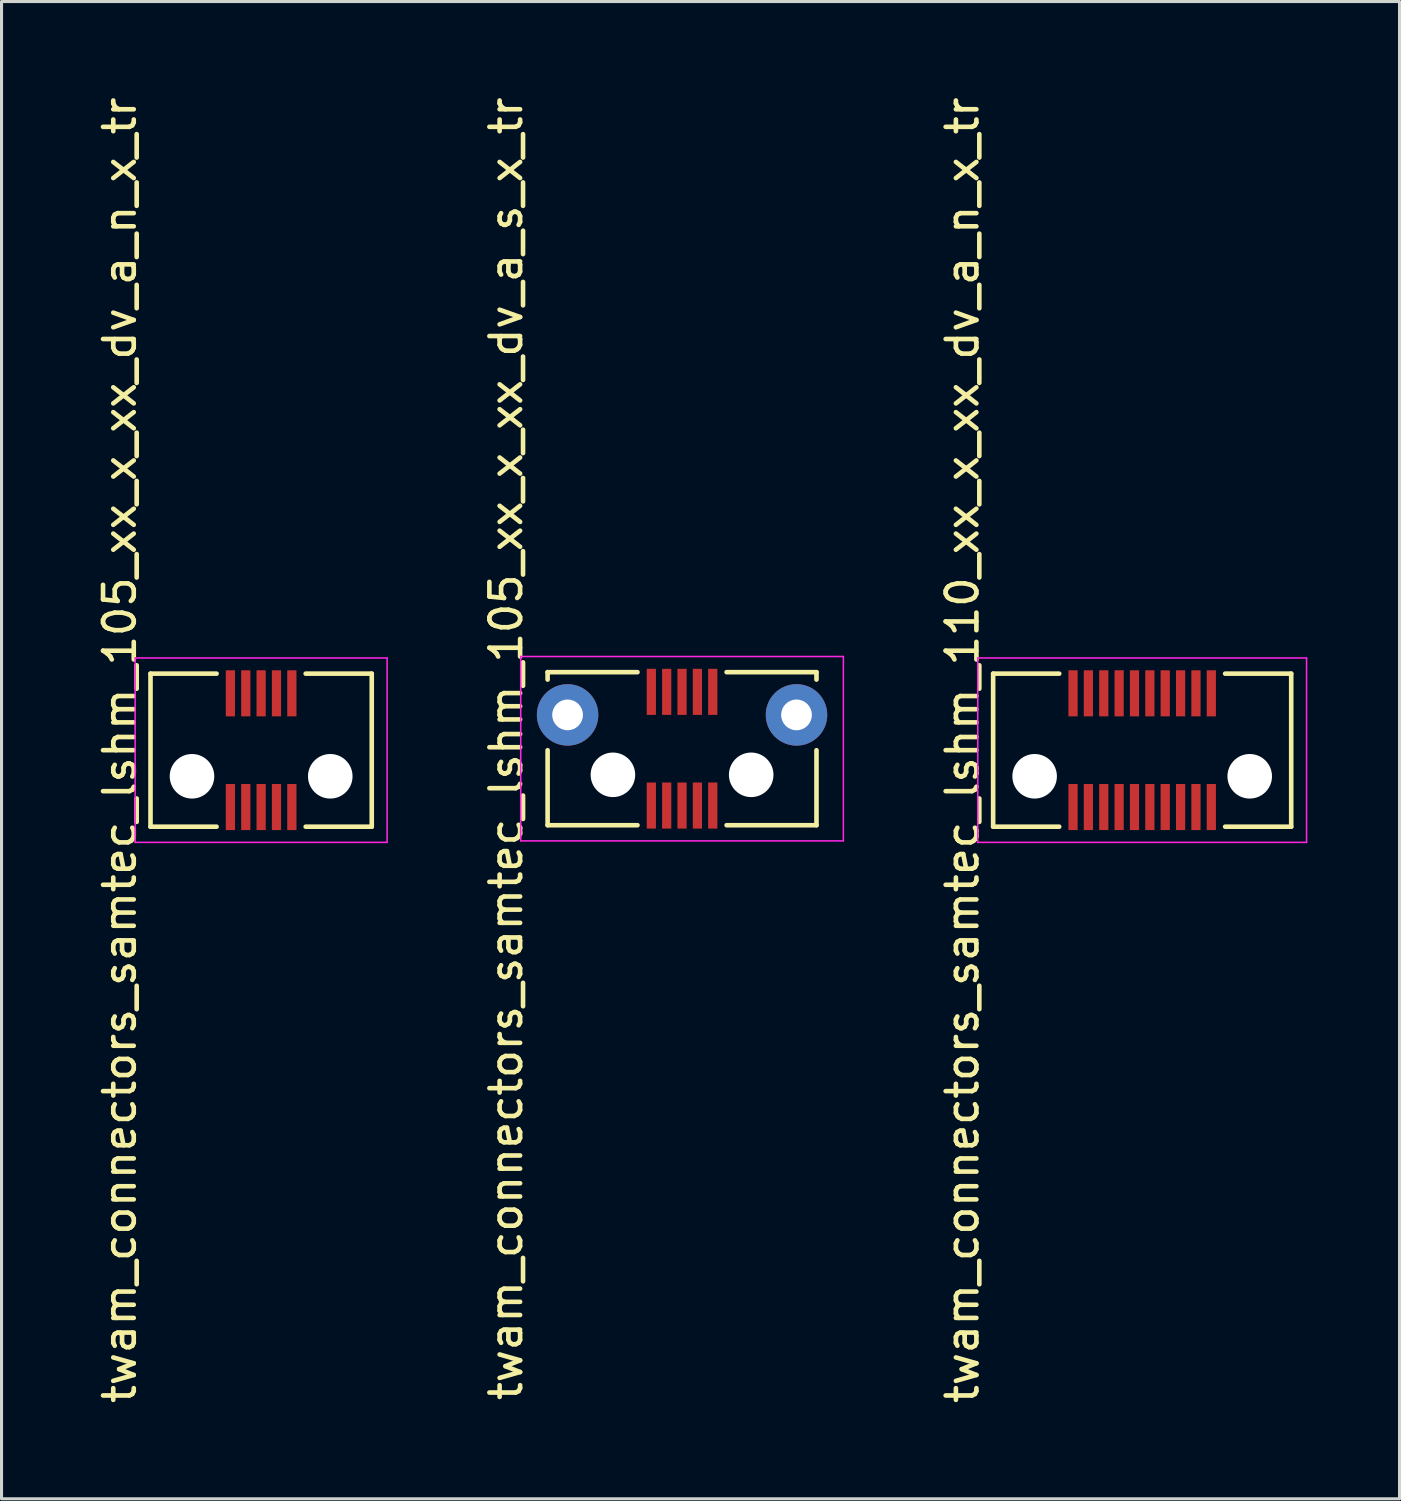
<source format=kicad_pcb>
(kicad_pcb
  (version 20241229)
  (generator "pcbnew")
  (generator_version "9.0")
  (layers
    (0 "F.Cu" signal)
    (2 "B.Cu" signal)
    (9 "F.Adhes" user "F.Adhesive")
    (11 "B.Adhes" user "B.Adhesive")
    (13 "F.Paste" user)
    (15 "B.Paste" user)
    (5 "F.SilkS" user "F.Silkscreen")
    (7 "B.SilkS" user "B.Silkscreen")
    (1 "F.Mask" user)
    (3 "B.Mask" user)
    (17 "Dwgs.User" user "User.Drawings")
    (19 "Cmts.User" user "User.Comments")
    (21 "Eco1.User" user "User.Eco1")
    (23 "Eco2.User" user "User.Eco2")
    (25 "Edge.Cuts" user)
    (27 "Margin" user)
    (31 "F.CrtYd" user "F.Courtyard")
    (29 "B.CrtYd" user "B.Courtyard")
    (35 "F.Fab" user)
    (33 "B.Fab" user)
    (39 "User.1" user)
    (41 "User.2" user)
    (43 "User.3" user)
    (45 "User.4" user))
  (footprint "twam_connectors_samtec_lshm_105_xx_x_xx_dv_a_n_x_tr"
    (layer "F.Cu")
    (at 5.448 21.363)
    (property "Reference" "twam_connectors_samtec_lshm_105_xx_x_xx_dv_a_n_x_tr" (at -4.6 0 270) (layer "F.SilkS") (effects (font (size 1 1) (thickness 0.15))))
    (attr smd)
    (fp_line (start -3.6 -2.49) (end -3.6 2.49) (stroke (width 0.15) (type solid)) (layer "F.SilkS"))
    (fp_line (start -3.6 -2.49) (end -1.45 -2.49) (stroke (width 0.15) (type solid)) (layer "F.SilkS"))
    (fp_line (start -3.6 2.49) (end -1.45 2.49) (stroke (width 0.15) (type solid)) (layer "F.SilkS"))
    (fp_line (start 1.45 -2.49) (end 3.6 -2.49) (stroke (width 0.15) (type solid)) (layer "F.SilkS"))
    (fp_line (start 1.45 2.49) (end 3.6 2.49) (stroke (width 0.15) (type solid)) (layer "F.SilkS"))
    (fp_line (start 3.6 -2.49) (end 3.6 2.49) (stroke (width 0.15) (type solid)) (layer "F.SilkS"))
    (fp_line (start -4.1 -3) (end -4.1 3) (stroke (width 0.05) (type solid)) (layer "F.CrtYd"))
    (fp_line (start -4.1 -3) (end 4.1 -3) (stroke (width 0.05) (type solid)) (layer "F.CrtYd"))
    (fp_line (start -4.1 3) (end 4.1 3) (stroke (width 0.05) (type solid)) (layer "F.CrtYd"))
    (fp_line (start 4.1 -3) (end 4.1 3) (stroke (width 0.05) (type solid)) (layer "F.CrtYd"))
    (pad "" np_thru_hole circle (at -2.25 0.85) (size 1.45 1.45) (drill 1.45) (layers "*.Cu" "*.Mask"))
    (pad "" np_thru_hole circle (at 2.25 0.85) (size 1.45 1.45) (drill 1.45) (layers "*.Cu" "*.Mask"))
    (pad "1" smd rect (at 1 1.85) (size 0.3 1.5) (layers "F.Cu" "F.Mask" "F.Paste"))
    (pad "2" smd rect (at 1 -1.85) (size 0.3 1.5) (layers "F.Cu" "F.Mask" "F.Paste"))
    (pad "3" smd rect (at 0.5 1.85) (size 0.3 1.5) (layers "F.Cu" "F.Mask" "F.Paste"))
    (pad "4" smd rect (at 0.5 -1.85) (size 0.3 1.5) (layers "F.Cu" "F.Mask" "F.Paste"))
    (pad "5" smd rect (at 0 1.85) (size 0.3 1.5) (layers "F.Cu" "F.Mask" "F.Paste"))
    (pad "6" smd rect (at 0 -1.85) (size 0.3 1.5) (layers "F.Cu" "F.Mask" "F.Paste"))
    (pad "7" smd rect (at -0.5 1.85) (size 0.3 1.5) (layers "F.Cu" "F.Mask" "F.Paste"))
    (pad "8" smd rect (at -0.5 -1.85) (size 0.3 1.5) (layers "F.Cu" "F.Mask" "F.Paste"))
    (pad "9" smd rect (at -1 1.85) (size 0.3 1.5) (layers "F.Cu" "F.Mask" "F.Paste"))
    (pad "10" smd rect (at -1 -1.85) (size 0.3 1.5) (layers "F.Cu" "F.Mask" "F.Paste")))
  (footprint "twam_connectors_samtec_lshm_105_xx_x_xx_dv_a_s_x_tr"
    (layer "F.Cu")
    (at 19.146 21.315)
    (property "Reference" "twam_connectors_samtec_lshm_105_xx_x_xx_dv_a_s_x_tr" (at -5.725 0 270) (layer "F.SilkS") (effects (font (size 1 1) (thickness 0.15))))
    (attr smd)
    (fp_line (start -4.375 -2.49) (end -4.375 -2.25) (stroke (width 0.15) (type solid)) (layer "F.SilkS"))
    (fp_line (start -4.375 -2.49) (end -1.45 -2.49) (stroke (width 0.15) (type solid)) (layer "F.SilkS"))
    (fp_line (start -4.375 0.05) (end -4.375 2.49) (stroke (width 0.15) (type solid)) (layer "F.SilkS"))
    (fp_line (start -4.375 2.49) (end -1.45 2.49) (stroke (width 0.15) (type solid)) (layer "F.SilkS"))
    (fp_line (start 1.45 -2.49) (end 4.375 -2.49) (stroke (width 0.15) (type solid)) (layer "F.SilkS"))
    (fp_line (start 1.45 2.49) (end 4.375 2.49) (stroke (width 0.15) (type solid)) (layer "F.SilkS"))
    (fp_line (start 4.375 -2.49) (end 4.375 -2.25) (stroke (width 0.15) (type solid)) (layer "F.SilkS"))
    (fp_line (start 4.375 0.05) (end 4.375 2.49) (stroke (width 0.15) (type solid)) (layer "F.SilkS"))
    (fp_line (start -5.25 -3) (end -5.25 3) (stroke (width 0.05) (type solid)) (layer "F.CrtYd"))
    (fp_line (start -5.25 -3) (end 5.25 -3) (stroke (width 0.05) (type solid)) (layer "F.CrtYd"))
    (fp_line (start -5.25 3) (end 5.25 3) (stroke (width 0.05) (type solid)) (layer "F.CrtYd"))
    (fp_line (start 5.25 -3) (end 5.25 3) (stroke (width 0.05) (type solid)) (layer "F.CrtYd"))
    (pad "" np_thru_hole circle (at -2.25 0.85) (size 1.45 1.45) (drill 1.45) (layers "*.Cu" "*.Mask"))
    (pad "" np_thru_hole circle (at 2.25 0.85) (size 1.45 1.45) (drill 1.45) (layers "*.Cu" "*.Mask"))
    (pad "1" smd rect (at 1 1.85) (size 0.3 1.5) (layers "F.Cu" "F.Mask" "F.Paste"))
    (pad "2" smd rect (at 1 -1.85) (size 0.3 1.5) (layers "F.Cu" "F.Mask" "F.Paste"))
    (pad "3" smd rect (at 0.5 1.85) (size 0.3 1.5) (layers "F.Cu" "F.Mask" "F.Paste"))
    (pad "4" smd rect (at 0.5 -1.85) (size 0.3 1.5) (layers "F.Cu" "F.Mask" "F.Paste"))
    (pad "5" smd rect (at 0 1.85) (size 0.3 1.5) (layers "F.Cu" "F.Mask" "F.Paste"))
    (pad "6" smd rect (at 0 -1.85) (size 0.3 1.5) (layers "F.Cu" "F.Mask" "F.Paste"))
    (pad "7" smd rect (at -0.5 1.85) (size 0.3 1.5) (layers "F.Cu" "F.Mask" "F.Paste"))
    (pad "8" smd rect (at -0.5 -1.85) (size 0.3 1.5) (layers "F.Cu" "F.Mask" "F.Paste"))
    (pad "9" smd rect (at -1 1.85) (size 0.3 1.5) (layers "F.Cu" "F.Mask" "F.Paste"))
    (pad "10" smd rect (at -1 -1.85) (size 0.3 1.5) (layers "F.Cu" "F.Mask" "F.Paste"))
    (pad "F1" thru_hole circle (at -3.725 -1.1) (size 2 2) (drill 1) (layers "*.Cu" "*.Mask"))
    (pad "F2" thru_hole circle (at 3.725 -1.1) (size 2 2) (drill 1) (layers "*.Cu" "*.Mask")))
  (footprint "twam_connectors_samtec_lshm_110_xx_x_xx_dv_a_n_x_tr"
    (layer "F.Cu")
    (at 34.12 21.363)
    (property "Reference" "twam_connectors_samtec_lshm_110_xx_x_xx_dv_a_n_x_tr" (at -5.85 0 270) (layer "F.SilkS") (effects (font (size 1 1) (thickness 0.15))))
    (attr smd)
    (fp_line (start -4.85 -2.49) (end -4.85 2.49) (stroke (width 0.15) (type solid)) (layer "F.SilkS"))
    (fp_line (start -4.85 -2.49) (end -2.7 -2.49) (stroke (width 0.15) (type solid)) (layer "F.SilkS"))
    (fp_line (start -4.85 2.49) (end -2.7 2.49) (stroke (width 0.15) (type solid)) (layer "F.SilkS"))
    (fp_line (start 2.7 -2.49) (end 4.85 -2.49) (stroke (width 0.15) (type solid)) (layer "F.SilkS"))
    (fp_line (start 2.7 2.49) (end 4.85 2.49) (stroke (width 0.15) (type solid)) (layer "F.SilkS"))
    (fp_line (start 4.85 -2.49) (end 4.85 2.49) (stroke (width 0.15) (type solid)) (layer "F.SilkS"))
    (fp_line (start -5.35 -3) (end -5.35 3) (stroke (width 0.05) (type solid)) (layer "F.CrtYd"))
    (fp_line (start -5.35 -3) (end 5.35 -3) (stroke (width 0.05) (type solid)) (layer "F.CrtYd"))
    (fp_line (start -5.35 3) (end 5.35 3) (stroke (width 0.05) (type solid)) (layer "F.CrtYd"))
    (fp_line (start 5.35 -3) (end 5.35 3) (stroke (width 0.05) (type solid)) (layer "F.CrtYd"))
    (pad "" np_thru_hole circle (at -3.5 0.85) (size 1.45 1.45) (drill 1.45) (layers "*.Cu" "*.Mask"))
    (pad "" np_thru_hole circle (at 3.5 0.85) (size 1.45 1.45) (drill 1.45) (layers "*.Cu" "*.Mask"))
    (pad "1" smd rect (at 2.25 1.85) (size 0.3 1.5) (layers "F.Cu" "F.Mask" "F.Paste"))
    (pad "2" smd rect (at 2.25 -1.85) (size 0.3 1.5) (layers "F.Cu" "F.Mask" "F.Paste"))
    (pad "3" smd rect (at 1.75 1.85) (size 0.3 1.5) (layers "F.Cu" "F.Mask" "F.Paste"))
    (pad "4" smd rect (at 1.75 -1.85) (size 0.3 1.5) (layers "F.Cu" "F.Mask" "F.Paste"))
    (pad "5" smd rect (at 1.25 1.85) (size 0.3 1.5) (layers "F.Cu" "F.Mask" "F.Paste"))
    (pad "6" smd rect (at 1.25 -1.85) (size 0.3 1.5) (layers "F.Cu" "F.Mask" "F.Paste"))
    (pad "7" smd rect (at 0.75 1.85) (size 0.3 1.5) (layers "F.Cu" "F.Mask" "F.Paste"))
    (pad "8" smd rect (at 0.75 -1.85) (size 0.3 1.5) (layers "F.Cu" "F.Mask" "F.Paste"))
    (pad "9" smd rect (at 0.25 1.85) (size 0.3 1.5) (layers "F.Cu" "F.Mask" "F.Paste"))
    (pad "10" smd rect (at 0.25 -1.85) (size 0.3 1.5) (layers "F.Cu" "F.Mask" "F.Paste"))
    (pad "11" smd rect (at -0.25 1.85) (size 0.3 1.5) (layers "F.Cu" "F.Mask" "F.Paste"))
    (pad "12" smd rect (at -0.25 -1.85) (size 0.3 1.5) (layers "F.Cu" "F.Mask" "F.Paste"))
    (pad "13" smd rect (at -0.75 1.85) (size 0.3 1.5) (layers "F.Cu" "F.Mask" "F.Paste"))
    (pad "14" smd rect (at -0.75 -1.85) (size 0.3 1.5) (layers "F.Cu" "F.Mask" "F.Paste"))
    (pad "15" smd rect (at -1.25 1.85) (size 0.3 1.5) (layers "F.Cu" "F.Mask" "F.Paste"))
    (pad "16" smd rect (at -1.25 -1.85) (size 0.3 1.5) (layers "F.Cu" "F.Mask" "F.Paste"))
    (pad "17" smd rect (at -1.75 1.85) (size 0.3 1.5) (layers "F.Cu" "F.Mask" "F.Paste"))
    (pad "18" smd rect (at -1.75 -1.85) (size 0.3 1.5) (layers "F.Cu" "F.Mask" "F.Paste"))
    (pad "19" smd rect (at -2.25 1.85) (size 0.3 1.5) (layers "F.Cu" "F.Mask" "F.Paste"))
    (pad "20" smd rect (at -2.25 -1.85) (size 0.3 1.5) (layers "F.Cu" "F.Mask" "F.Paste")))
  (gr_rect
    (start -3 -3)
    (end 42.495 45.726)
    (stroke (width 0.1) (type default))
    (fill no)
    (layer "Edge.Cuts")))
</source>
